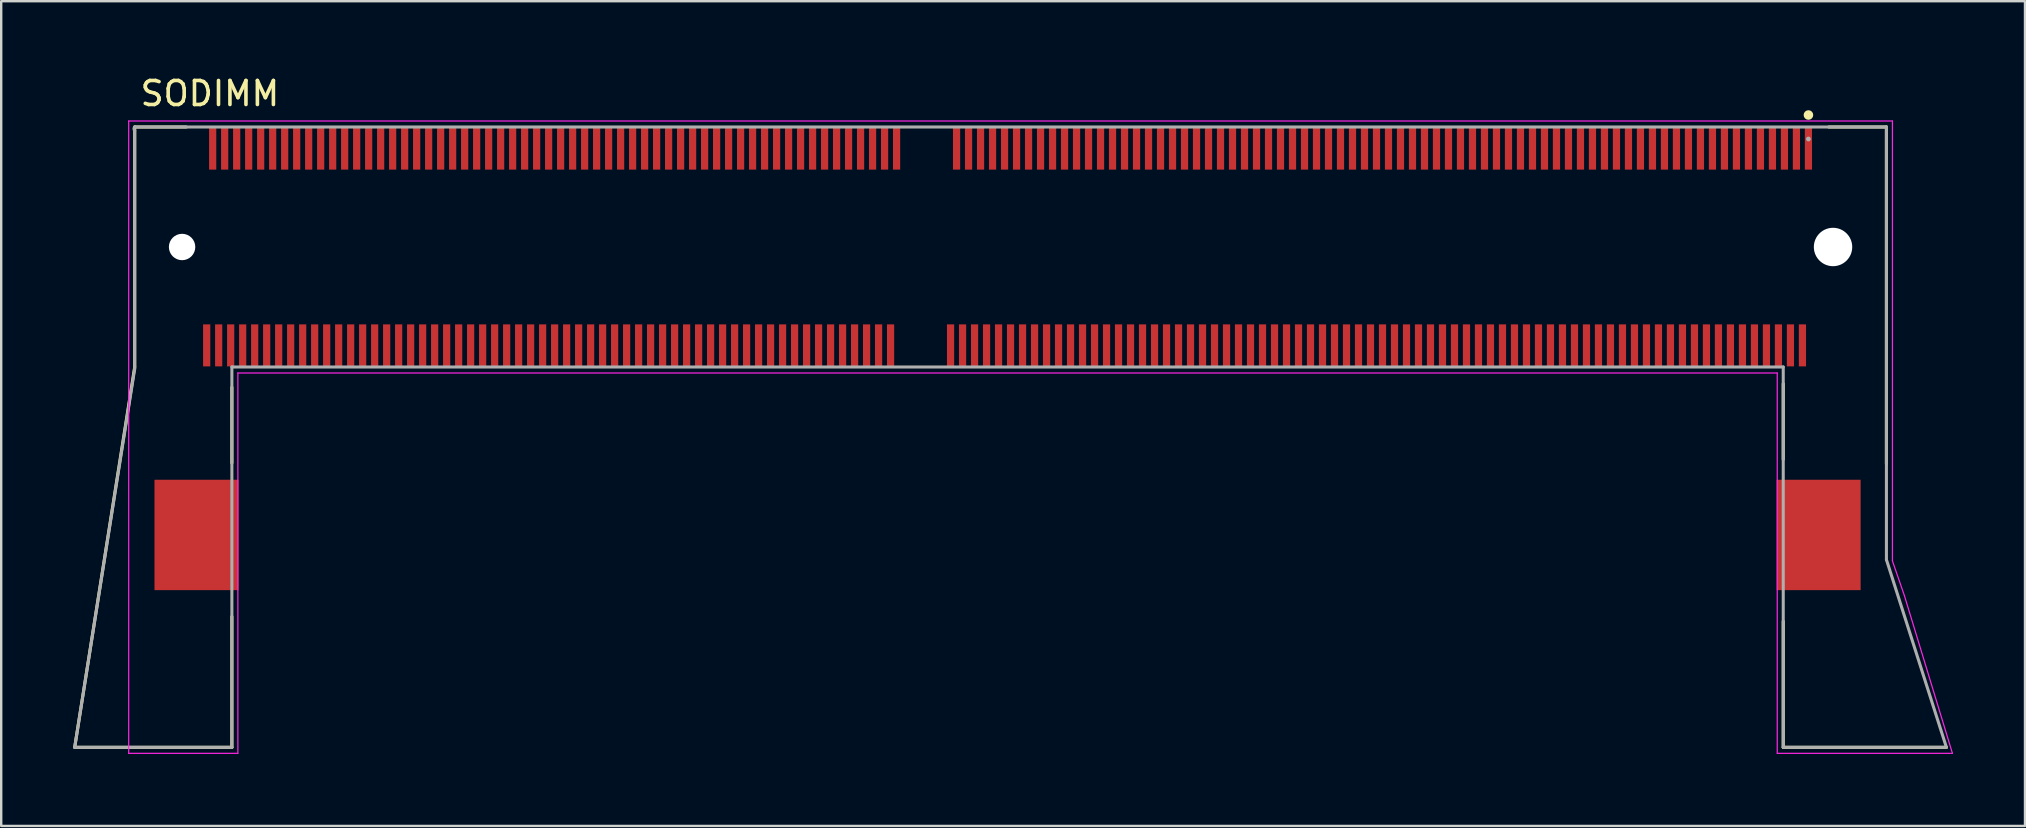
<source format=kicad_pcb>
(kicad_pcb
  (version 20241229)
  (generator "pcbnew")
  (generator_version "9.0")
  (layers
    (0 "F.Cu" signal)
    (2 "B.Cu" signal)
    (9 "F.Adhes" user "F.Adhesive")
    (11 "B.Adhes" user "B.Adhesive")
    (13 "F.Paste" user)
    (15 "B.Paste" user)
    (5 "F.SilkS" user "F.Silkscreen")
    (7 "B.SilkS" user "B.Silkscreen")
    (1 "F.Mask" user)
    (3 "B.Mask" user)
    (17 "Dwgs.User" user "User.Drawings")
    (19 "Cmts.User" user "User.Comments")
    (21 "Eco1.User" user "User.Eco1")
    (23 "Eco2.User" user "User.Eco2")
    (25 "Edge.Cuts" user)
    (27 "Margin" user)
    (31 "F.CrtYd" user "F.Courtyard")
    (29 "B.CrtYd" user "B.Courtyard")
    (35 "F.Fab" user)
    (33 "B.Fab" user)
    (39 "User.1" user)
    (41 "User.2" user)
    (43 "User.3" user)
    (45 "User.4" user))
  (footprint "SODIMM"
    (layer "F.Cu")
    (at 35.438 7.243)
    (property "Reference" "SODIMM" (at -29.74 -6.394 0) (layer "F.SilkS") (effects (font (size 1.001 1.001) (thickness 0.15))))
    (attr smd)
    (fp_line (start -35.375 20.85) (end -28.825 20.85) (stroke (width 0.127) (type solid)) (layer "F.SilkS"))
    (fp_line (start -32.875 -5) (end -32.875 5) (stroke (width 0.127) (type solid)) (layer "F.SilkS"))
    (fp_line (start -32.875 5) (end -35.375 20.85) (stroke (width 0.127) (type solid)) (layer "F.SilkS"))
    (fp_line (start -30.725 -5) (end -32.875 -5) (stroke (width 0.127) (type solid)) (layer "F.SilkS"))
    (fp_line (start -28.825 9) (end -28.825 5.85) (stroke (width 0.127) (type solid)) (layer "F.SilkS"))
    (fp_line (start -28.825 20.85) (end -28.825 15.402) (stroke (width 0.127) (type solid)) (layer "F.SilkS"))
    (fp_line (start 35.825 5.7) (end 35.825 8.85) (stroke (width 0.127) (type solid)) (layer "F.SilkS"))
    (fp_line (start 35.825 15.6) (end 35.825 20.85) (stroke (width 0.127) (type solid)) (layer "F.SilkS"))
    (fp_line (start 35.825 20.85) (end 42.625 20.85) (stroke (width 0.127) (type solid)) (layer "F.SilkS"))
    (fp_line (start 40.125 -5) (end 37.725 -5) (stroke (width 0.127) (type solid)) (layer "F.SilkS"))
    (fp_line (start 40.125 9.031) (end 40.125 -5) (stroke (width 0.127) (type solid)) (layer "F.SilkS"))
    (fp_circle (center 36.875 -5.5) (end 36.975 -5.5) (stroke (width 0.2) (type solid)) (fill no) (layer "F.SilkS"))
    (fp_line (start -33.125 -5.25) (end 40.375 -5.25) (stroke (width 0.05) (type solid)) (layer "F.CrtYd"))
    (fp_line (start -33.125 21.1) (end -33.125 -5.25) (stroke (width 0.05) (type solid)) (layer "F.CrtYd"))
    (fp_line (start -28.575 5.25) (end -28.575 21.1) (stroke (width 0.05) (type solid)) (layer "F.CrtYd"))
    (fp_line (start -28.575 21.1) (end -33.125 21.1) (stroke (width 0.05) (type solid)) (layer "F.CrtYd"))
    (fp_line (start 35.575 5.25) (end -28.575 5.25) (stroke (width 0.05) (type solid)) (layer "F.CrtYd"))
    (fp_line (start 35.575 21.1) (end 35.575 5.25) (stroke (width 0.05) (type solid)) (layer "F.CrtYd"))
    (fp_line (start 40.375 -5.25) (end 40.375 13.081) (stroke (width 0.05) (type solid)) (layer "F.CrtYd"))
    (fp_line (start 40.375 13.081) (end 40.875 14.531) (stroke (width 0.05) (type solid)) (layer "F.CrtYd"))
    (fp_line (start 40.875 14.531) (end 42.875 21.1) (stroke (width 0.05) (type solid)) (layer "F.CrtYd"))
    (fp_line (start 42.875 21.1) (end 35.575 21.1) (stroke (width 0.05) (type solid)) (layer "F.CrtYd"))
    (fp_line (start -35.375 20.85) (end -28.825 20.85) (stroke (width 0.127) (type solid)) (layer "F.Fab"))
    (fp_line (start -32.875 -4.855) (end -32.875 5.08) (stroke (width 0.127) (type solid)) (layer "F.Fab"))
    (fp_line (start -32.875 5.08) (end -35.375 20.85) (stroke (width 0.127) (type solid)) (layer "F.Fab"))
    (fp_line (start -28.825 5) (end 35.825 5) (stroke (width 0.127) (type solid)) (layer "F.Fab"))
    (fp_line (start -28.825 20.85) (end -28.825 5) (stroke (width 0.127) (type solid)) (layer "F.Fab"))
    (fp_line (start 35.825 5) (end 35.825 20.85) (stroke (width 0.127) (type solid)) (layer "F.Fab"))
    (fp_line (start 35.825 20.85) (end 42.625 20.85) (stroke (width 0.127) (type solid)) (layer "F.Fab"))
    (fp_line (start 40.125 -5) (end -32.875 -5) (stroke (width 0.127) (type solid)) (layer "F.Fab"))
    (fp_line (start 40.125 13.031) (end 40.125 -5) (stroke (width 0.127) (type solid)) (layer "F.Fab"))
    (fp_line (start 42.625 20.85) (end 40.125 13.031) (stroke (width 0.127) (type solid)) (layer "F.Fab"))
    (fp_arc (start -32.875 -4.855) (mid -32.90503 -4.9275) (end -32.875 -5) (stroke (width 0.127) (type solid)) (layer "F.Fab"))
    (fp_circle (center 36.875 -4.5) (end 36.925 -4.5) (stroke (width 0.1) (type solid)) (fill no) (layer "F.Fab"))
    (pad "" np_thru_hole circle (at -30.9 0) (size 1.1 1.1) (drill 1.1) (layers "*.Cu" "*.Mask"))
    (pad "" np_thru_hole circle (at 37.9 0) (size 1.6 1.6) (drill 1.6) (layers "*.Cu" "*.Mask"))
    (pad "1" smd rect (at 36.875 -4.1 90) (size 1.75 0.3) (layers "F.Cu" "F.Mask" "F.Paste"))
    (pad "2" smd rect (at 36.625 4.1 90) (size 1.75 0.3) (layers "F.Cu" "F.Mask" "F.Paste"))
    (pad "3" smd rect (at 36.375 -4.1 90) (size 1.75 0.3) (layers "F.Cu" "F.Mask" "F.Paste"))
    (pad "4" smd rect (at 36.125 4.1 90) (size 1.75 0.3) (layers "F.Cu" "F.Mask" "F.Paste"))
    (pad "5" smd rect (at 35.875 -4.1 90) (size 1.75 0.3) (layers "F.Cu" "F.Mask" "F.Paste"))
    (pad "6" smd rect (at 35.625 4.1 90) (size 1.75 0.3) (layers "F.Cu" "F.Mask" "F.Paste"))
    (pad "7" smd rect (at 35.375 -4.1 90) (size 1.75 0.3) (layers "F.Cu" "F.Mask" "F.Paste"))
    (pad "8" smd rect (at 35.125 4.1 90) (size 1.75 0.3) (layers "F.Cu" "F.Mask" "F.Paste"))
    (pad "9" smd rect (at 34.875 -4.1 90) (size 1.75 0.3) (layers "F.Cu" "F.Mask" "F.Paste"))
    (pad "10" smd rect (at 34.625 4.1 90) (size 1.75 0.3) (layers "F.Cu" "F.Mask" "F.Paste"))
    (pad "11" smd rect (at 34.375 -4.1 90) (size 1.75 0.3) (layers "F.Cu" "F.Mask" "F.Paste"))
    (pad "12" smd rect (at 34.125 4.1 90) (size 1.75 0.3) (layers "F.Cu" "F.Mask" "F.Paste"))
    (pad "13" smd rect (at 33.875 -4.1 90) (size 1.75 0.3) (layers "F.Cu" "F.Mask" "F.Paste"))
    (pad "14" smd rect (at 33.625 4.1 90) (size 1.75 0.3) (layers "F.Cu" "F.Mask" "F.Paste"))
    (pad "15" smd rect (at 33.375 -4.1 90) (size 1.75 0.3) (layers "F.Cu" "F.Mask" "F.Paste"))
    (pad "16" smd rect (at 33.125 4.1 90) (size 1.75 0.3) (layers "F.Cu" "F.Mask" "F.Paste"))
    (pad "17" smd rect (at 32.875 -4.1 90) (size 1.75 0.3) (layers "F.Cu" "F.Mask" "F.Paste"))
    (pad "18" smd rect (at 32.625 4.1 90) (size 1.75 0.3) (layers "F.Cu" "F.Mask" "F.Paste"))
    (pad "19" smd rect (at 32.375 -4.1 90) (size 1.75 0.3) (layers "F.Cu" "F.Mask" "F.Paste"))
    (pad "20" smd rect (at 32.125 4.1 90) (size 1.75 0.3) (layers "F.Cu" "F.Mask" "F.Paste"))
    (pad "21" smd rect (at 31.875 -4.1 90) (size 1.75 0.3) (layers "F.Cu" "F.Mask" "F.Paste"))
    (pad "22" smd rect (at 31.625 4.1 90) (size 1.75 0.3) (layers "F.Cu" "F.Mask" "F.Paste"))
    (pad "23" smd rect (at 31.375 -4.1 90) (size 1.75 0.3) (layers "F.Cu" "F.Mask" "F.Paste"))
    (pad "24" smd rect (at 31.125 4.1 90) (size 1.75 0.3) (layers "F.Cu" "F.Mask" "F.Paste"))
    (pad "25" smd rect (at 30.875 -4.1 90) (size 1.75 0.3) (layers "F.Cu" "F.Mask" "F.Paste"))
    (pad "26" smd rect (at 30.625 4.1 90) (size 1.75 0.3) (layers "F.Cu" "F.Mask" "F.Paste"))
    (pad "27" smd rect (at 30.375 -4.1 90) (size 1.75 0.3) (layers "F.Cu" "F.Mask" "F.Paste"))
    (pad "28" smd rect (at 30.125 4.1 90) (size 1.75 0.3) (layers "F.Cu" "F.Mask" "F.Paste"))
    (pad "29" smd rect (at 29.875 -4.1 90) (size 1.75 0.3) (layers "F.Cu" "F.Mask" "F.Paste"))
    (pad "30" smd rect (at 29.625 4.1 90) (size 1.75 0.3) (layers "F.Cu" "F.Mask" "F.Paste"))
    (pad "31" smd rect (at 29.375 -4.1 90) (size 1.75 0.3) (layers "F.Cu" "F.Mask" "F.Paste"))
    (pad "32" smd rect (at 29.125 4.1 90) (size 1.75 0.3) (layers "F.Cu" "F.Mask" "F.Paste"))
    (pad "33" smd rect (at 28.875 -4.1 90) (size 1.75 0.3) (layers "F.Cu" "F.Mask" "F.Paste"))
    (pad "34" smd rect (at 28.625 4.1 90) (size 1.75 0.3) (layers "F.Cu" "F.Mask" "F.Paste"))
    (pad "35" smd rect (at 28.375 -4.1 90) (size 1.75 0.3) (layers "F.Cu" "F.Mask" "F.Paste"))
    (pad "36" smd rect (at 28.125 4.1 90) (size 1.75 0.3) (layers "F.Cu" "F.Mask" "F.Paste"))
    (pad "37" smd rect (at 27.875 -4.1 90) (size 1.75 0.3) (layers "F.Cu" "F.Mask" "F.Paste"))
    (pad "38" smd rect (at 27.625 4.1 90) (size 1.75 0.3) (layers "F.Cu" "F.Mask" "F.Paste"))
    (pad "39" smd rect (at 27.375 -4.1 90) (size 1.75 0.3) (layers "F.Cu" "F.Mask" "F.Paste"))
    (pad "40" smd rect (at 27.125 4.1 90) (size 1.75 0.3) (layers "F.Cu" "F.Mask" "F.Paste"))
    (pad "41" smd rect (at 26.875 -4.1 90) (size 1.75 0.3) (layers "F.Cu" "F.Mask" "F.Paste"))
    (pad "42" smd rect (at 26.625 4.1 90) (size 1.75 0.3) (layers "F.Cu" "F.Mask" "F.Paste"))
    (pad "43" smd rect (at 26.375 -4.1 90) (size 1.75 0.3) (layers "F.Cu" "F.Mask" "F.Paste"))
    (pad "44" smd rect (at 26.125 4.1 90) (size 1.75 0.3) (layers "F.Cu" "F.Mask" "F.Paste"))
    (pad "45" smd rect (at 25.875 -4.1 90) (size 1.75 0.3) (layers "F.Cu" "F.Mask" "F.Paste"))
    (pad "46" smd rect (at 25.625 4.1 90) (size 1.75 0.3) (layers "F.Cu" "F.Mask" "F.Paste"))
    (pad "47" smd rect (at 25.375 -4.1 90) (size 1.75 0.3) (layers "F.Cu" "F.Mask" "F.Paste"))
    (pad "48" smd rect (at 25.125 4.1 90) (size 1.75 0.3) (layers "F.Cu" "F.Mask" "F.Paste"))
    (pad "49" smd rect (at 24.875 -4.1 90) (size 1.75 0.3) (layers "F.Cu" "F.Mask" "F.Paste"))
    (pad "50" smd rect (at 24.625 4.1 90) (size 1.75 0.3) (layers "F.Cu" "F.Mask" "F.Paste"))
    (pad "51" smd rect (at 24.375 -4.1 90) (size 1.75 0.3) (layers "F.Cu" "F.Mask" "F.Paste"))
    (pad "52" smd rect (at 24.125 4.1 90) (size 1.75 0.3) (layers "F.Cu" "F.Mask" "F.Paste"))
    (pad "53" smd rect (at 23.875 -4.1 90) (size 1.75 0.3) (layers "F.Cu" "F.Mask" "F.Paste"))
    (pad "54" smd rect (at 23.625 4.1 90) (size 1.75 0.3) (layers "F.Cu" "F.Mask" "F.Paste"))
    (pad "55" smd rect (at 23.375 -4.1 90) (size 1.75 0.3) (layers "F.Cu" "F.Mask" "F.Paste"))
    (pad "56" smd rect (at 23.125 4.1 90) (size 1.75 0.3) (layers "F.Cu" "F.Mask" "F.Paste"))
    (pad "57" smd rect (at 22.875 -4.1 90) (size 1.75 0.3) (layers "F.Cu" "F.Mask" "F.Paste"))
    (pad "58" smd rect (at 22.625 4.1 90) (size 1.75 0.3) (layers "F.Cu" "F.Mask" "F.Paste"))
    (pad "59" smd rect (at 22.375 -4.1 90) (size 1.75 0.3) (layers "F.Cu" "F.Mask" "F.Paste"))
    (pad "60" smd rect (at 22.125 4.1 90) (size 1.75 0.3) (layers "F.Cu" "F.Mask" "F.Paste"))
    (pad "61" smd rect (at 21.875 -4.1 90) (size 1.75 0.3) (layers "F.Cu" "F.Mask" "F.Paste"))
    (pad "62" smd rect (at 21.625 4.1 90) (size 1.75 0.3) (layers "F.Cu" "F.Mask" "F.Paste"))
    (pad "63" smd rect (at 21.375 -4.1 90) (size 1.75 0.3) (layers "F.Cu" "F.Mask" "F.Paste"))
    (pad "64" smd rect (at 21.125 4.1 90) (size 1.75 0.3) (layers "F.Cu" "F.Mask" "F.Paste"))
    (pad "65" smd rect (at 20.875 -4.1 90) (size 1.75 0.3) (layers "F.Cu" "F.Mask" "F.Paste"))
    (pad "66" smd rect (at 20.625 4.1 90) (size 1.75 0.3) (layers "F.Cu" "F.Mask" "F.Paste"))
    (pad "67" smd rect (at 20.375 -4.1 90) (size 1.75 0.3) (layers "F.Cu" "F.Mask" "F.Paste"))
    (pad "68" smd rect (at 20.125 4.1 90) (size 1.75 0.3) (layers "F.Cu" "F.Mask" "F.Paste"))
    (pad "69" smd rect (at 19.875 -4.1 90) (size 1.75 0.3) (layers "F.Cu" "F.Mask" "F.Paste"))
    (pad "70" smd rect (at 19.625 4.1 90) (size 1.75 0.3) (layers "F.Cu" "F.Mask" "F.Paste"))
    (pad "71" smd rect (at 19.375 -4.1 90) (size 1.75 0.3) (layers "F.Cu" "F.Mask" "F.Paste"))
    (pad "72" smd rect (at 19.125 4.1 90) (size 1.75 0.3) (layers "F.Cu" "F.Mask" "F.Paste"))
    (pad "73" smd rect (at 18.875 -4.1 90) (size 1.75 0.3) (layers "F.Cu" "F.Mask" "F.Paste"))
    (pad "74" smd rect (at 18.625 4.1 90) (size 1.75 0.3) (layers "F.Cu" "F.Mask" "F.Paste"))
    (pad "75" smd rect (at 18.375 -4.1 90) (size 1.75 0.3) (layers "F.Cu" "F.Mask" "F.Paste"))
    (pad "76" smd rect (at 18.125 4.1 90) (size 1.75 0.3) (layers "F.Cu" "F.Mask" "F.Paste"))
    (pad "77" smd rect (at 17.875 -4.1 90) (size 1.75 0.3) (layers "F.Cu" "F.Mask" "F.Paste"))
    (pad "78" smd rect (at 17.625 4.1 90) (size 1.75 0.3) (layers "F.Cu" "F.Mask" "F.Paste"))
    (pad "79" smd rect (at 17.375 -4.1 90) (size 1.75 0.3) (layers "F.Cu" "F.Mask" "F.Paste"))
    (pad "80" smd rect (at 17.125 4.1 90) (size 1.75 0.3) (layers "F.Cu" "F.Mask" "F.Paste"))
    (pad "81" smd rect (at 16.875 -4.1 90) (size 1.75 0.3) (layers "F.Cu" "F.Mask" "F.Paste"))
    (pad "82" smd rect (at 16.625 4.1 90) (size 1.75 0.3) (layers "F.Cu" "F.Mask" "F.Paste"))
    (pad "83" smd rect (at 16.375 -4.1 90) (size 1.75 0.3) (layers "F.Cu" "F.Mask" "F.Paste"))
    (pad "84" smd rect (at 16.125 4.1 90) (size 1.75 0.3) (layers "F.Cu" "F.Mask" "F.Paste"))
    (pad "85" smd rect (at 15.875 -4.1 90) (size 1.75 0.3) (layers "F.Cu" "F.Mask" "F.Paste"))
    (pad "86" smd rect (at 15.625 4.1 90) (size 1.75 0.3) (layers "F.Cu" "F.Mask" "F.Paste"))
    (pad "87" smd rect (at 15.375 -4.1 90) (size 1.75 0.3) (layers "F.Cu" "F.Mask" "F.Paste"))
    (pad "88" smd rect (at 15.125 4.1 90) (size 1.75 0.3) (layers "F.Cu" "F.Mask" "F.Paste"))
    (pad "89" smd rect (at 14.875 -4.1 90) (size 1.75 0.3) (layers "F.Cu" "F.Mask" "F.Paste"))
    (pad "90" smd rect (at 14.625 4.1 90) (size 1.75 0.3) (layers "F.Cu" "F.Mask" "F.Paste"))
    (pad "91" smd rect (at 14.375 -4.1 90) (size 1.75 0.3) (layers "F.Cu" "F.Mask" "F.Paste"))
    (pad "92" smd rect (at 14.125 4.1 90) (size 1.75 0.3) (layers "F.Cu" "F.Mask" "F.Paste"))
    (pad "93" smd rect (at 13.875 -4.1 90) (size 1.75 0.3) (layers "F.Cu" "F.Mask" "F.Paste"))
    (pad "94" smd rect (at 13.625 4.1 90) (size 1.75 0.3) (layers "F.Cu" "F.Mask" "F.Paste"))
    (pad "95" smd rect (at 13.375 -4.1 90) (size 1.75 0.3) (layers "F.Cu" "F.Mask" "F.Paste"))
    (pad "96" smd rect (at 13.125 4.1 90) (size 1.75 0.3) (layers "F.Cu" "F.Mask" "F.Paste"))
    (pad "97" smd rect (at 12.875 -4.1 90) (size 1.75 0.3) (layers "F.Cu" "F.Mask" "F.Paste"))
    (pad "98" smd rect (at 12.625 4.1 90) (size 1.75 0.3) (layers "F.Cu" "F.Mask" "F.Paste"))
    (pad "99" smd rect (at 12.375 -4.1 90) (size 1.75 0.3) (layers "F.Cu" "F.Mask" "F.Paste"))
    (pad "100" smd rect (at 12.125 4.1 90) (size 1.75 0.3) (layers "F.Cu" "F.Mask" "F.Paste"))
    (pad "101" smd rect (at 11.875 -4.1 90) (size 1.75 0.3) (layers "F.Cu" "F.Mask" "F.Paste"))
    (pad "102" smd rect (at 11.625 4.1 90) (size 1.75 0.3) (layers "F.Cu" "F.Mask" "F.Paste"))
    (pad "103" smd rect (at 11.375 -4.1 90) (size 1.75 0.3) (layers "F.Cu" "F.Mask" "F.Paste"))
    (pad "104" smd rect (at 11.125 4.1 90) (size 1.75 0.3) (layers "F.Cu" "F.Mask" "F.Paste"))
    (pad "105" smd rect (at 10.875 -4.1 90) (size 1.75 0.3) (layers "F.Cu" "F.Mask" "F.Paste"))
    (pad "106" smd rect (at 10.625 4.1 90) (size 1.75 0.3) (layers "F.Cu" "F.Mask" "F.Paste"))
    (pad "107" smd rect (at 10.375 -4.1 90) (size 1.75 0.3) (layers "F.Cu" "F.Mask" "F.Paste"))
    (pad "108" smd rect (at 10.125 4.1 90) (size 1.75 0.3) (layers "F.Cu" "F.Mask" "F.Paste"))
    (pad "109" smd rect (at 9.875 -4.1 90) (size 1.75 0.3) (layers "F.Cu" "F.Mask" "F.Paste"))
    (pad "110" smd rect (at 9.625 4.1 90) (size 1.75 0.3) (layers "F.Cu" "F.Mask" "F.Paste"))
    (pad "111" smd rect (at 9.375 -4.1 90) (size 1.75 0.3) (layers "F.Cu" "F.Mask" "F.Paste"))
    (pad "112" smd rect (at 9.125 4.1 90) (size 1.75 0.3) (layers "F.Cu" "F.Mask" "F.Paste"))
    (pad "113" smd rect (at 8.875 -4.1 90) (size 1.75 0.3) (layers "F.Cu" "F.Mask" "F.Paste"))
    (pad "114" smd rect (at 8.625 4.1 90) (size 1.75 0.3) (layers "F.Cu" "F.Mask" "F.Paste"))
    (pad "115" smd rect (at 8.375 -4.1 90) (size 1.75 0.3) (layers "F.Cu" "F.Mask" "F.Paste"))
    (pad "116" smd rect (at 8.125 4.1 90) (size 1.75 0.3) (layers "F.Cu" "F.Mask" "F.Paste"))
    (pad "117" smd rect (at 7.875 -4.1 90) (size 1.75 0.3) (layers "F.Cu" "F.Mask" "F.Paste"))
    (pad "118" smd rect (at 7.625 4.1 90) (size 1.75 0.3) (layers "F.Cu" "F.Mask" "F.Paste"))
    (pad "119" smd rect (at 7.375 -4.1 90) (size 1.75 0.3) (layers "F.Cu" "F.Mask" "F.Paste"))
    (pad "120" smd rect (at 7.125 4.1 90) (size 1.75 0.3) (layers "F.Cu" "F.Mask" "F.Paste"))
    (pad "121" smd rect (at 6.875 -4.1 90) (size 1.75 0.3) (layers "F.Cu" "F.Mask" "F.Paste"))
    (pad "122" smd rect (at 6.625 4.1 90) (size 1.75 0.3) (layers "F.Cu" "F.Mask" "F.Paste"))
    (pad "123" smd rect (at 6.375 -4.1 90) (size 1.75 0.3) (layers "F.Cu" "F.Mask" "F.Paste"))
    (pad "124" smd rect (at 6.125 4.1 90) (size 1.75 0.3) (layers "F.Cu" "F.Mask" "F.Paste"))
    (pad "125" smd rect (at 5.875 -4.1 90) (size 1.75 0.3) (layers "F.Cu" "F.Mask" "F.Paste"))
    (pad "126" smd rect (at 5.625 4.1 90) (size 1.75 0.3) (layers "F.Cu" "F.Mask" "F.Paste"))
    (pad "127" smd rect (at 5.375 -4.1 90) (size 1.75 0.3) (layers "F.Cu" "F.Mask" "F.Paste"))
    (pad "128" smd rect (at 5.125 4.1 90) (size 1.75 0.3) (layers "F.Cu" "F.Mask" "F.Paste"))
    (pad "129" smd rect (at 4.875 -4.1 90) (size 1.75 0.3) (layers "F.Cu" "F.Mask" "F.Paste"))
    (pad "130" smd rect (at 4.625 4.1 90) (size 1.75 0.3) (layers "F.Cu" "F.Mask" "F.Paste"))
    (pad "131" smd rect (at 4.375 -4.1 90) (size 1.75 0.3) (layers "F.Cu" "F.Mask" "F.Paste"))
    (pad "132" smd rect (at 4.125 4.1 90) (size 1.75 0.3) (layers "F.Cu" "F.Mask" "F.Paste"))
    (pad "133" smd rect (at 3.875 -4.1 90) (size 1.75 0.3) (layers "F.Cu" "F.Mask" "F.Paste"))
    (pad "134" smd rect (at 3.625 4.1 90) (size 1.75 0.3) (layers "F.Cu" "F.Mask" "F.Paste"))
    (pad "135" smd rect (at 3.375 -4.1 90) (size 1.75 0.3) (layers "F.Cu" "F.Mask" "F.Paste"))
    (pad "136" smd rect (at 3.125 4.1 90) (size 1.75 0.3) (layers "F.Cu" "F.Mask" "F.Paste"))
    (pad "137" smd rect (at 2.875 -4.1 90) (size 1.75 0.3) (layers "F.Cu" "F.Mask" "F.Paste"))
    (pad "138" smd rect (at 2.625 4.1 90) (size 1.75 0.3) (layers "F.Cu" "F.Mask" "F.Paste"))
    (pad "139" smd rect (at 2.375 -4.1 90) (size 1.75 0.3) (layers "F.Cu" "F.Mask" "F.Paste"))
    (pad "140" smd rect (at 2.125 4.1 90) (size 1.75 0.3) (layers "F.Cu" "F.Mask" "F.Paste"))
    (pad "141" smd rect (at 1.875 -4.1 90) (size 1.75 0.3) (layers "F.Cu" "F.Mask" "F.Paste"))
    (pad "142" smd rect (at 1.625 4.1 90) (size 1.75 0.3) (layers "F.Cu" "F.Mask" "F.Paste"))
    (pad "143" smd rect (at 1.375 -4.1 90) (size 1.75 0.3) (layers "F.Cu" "F.Mask" "F.Paste"))
    (pad "144" smd rect (at 1.125 4.1 90) (size 1.75 0.3) (layers "F.Cu" "F.Mask" "F.Paste"))
    (pad "145" smd rect (at -1.125 -4.1 90) (size 1.75 0.3) (layers "F.Cu" "F.Mask" "F.Paste"))
    (pad "146" smd rect (at -1.375 4.1 90) (size 1.75 0.3) (layers "F.Cu" "F.Mask" "F.Paste"))
    (pad "147" smd rect (at -1.625 -4.1 90) (size 1.75 0.3) (layers "F.Cu" "F.Mask" "F.Paste"))
    (pad "148" smd rect (at -1.875 4.1 90) (size 1.75 0.3) (layers "F.Cu" "F.Mask" "F.Paste"))
    (pad "149" smd rect (at -2.125 -4.1 90) (size 1.75 0.3) (layers "F.Cu" "F.Mask" "F.Paste"))
    (pad "150" smd rect (at -2.375 4.1 90) (size 1.75 0.3) (layers "F.Cu" "F.Mask" "F.Paste"))
    (pad "151" smd rect (at -2.625 -4.1 90) (size 1.75 0.3) (layers "F.Cu" "F.Mask" "F.Paste"))
    (pad "152" smd rect (at -2.875 4.1 90) (size 1.75 0.3) (layers "F.Cu" "F.Mask" "F.Paste"))
    (pad "153" smd rect (at -3.125 -4.1 90) (size 1.75 0.3) (layers "F.Cu" "F.Mask" "F.Paste"))
    (pad "154" smd rect (at -3.375 4.1 90) (size 1.75 0.3) (layers "F.Cu" "F.Mask" "F.Paste"))
    (pad "155" smd rect (at -3.625 -4.1 90) (size 1.75 0.3) (layers "F.Cu" "F.Mask" "F.Paste"))
    (pad "156" smd rect (at -3.875 4.1 90) (size 1.75 0.3) (layers "F.Cu" "F.Mask" "F.Paste"))
    (pad "157" smd rect (at -4.125 -4.1 90) (size 1.75 0.3) (layers "F.Cu" "F.Mask" "F.Paste"))
    (pad "158" smd rect (at -4.375 4.1 90) (size 1.75 0.3) (layers "F.Cu" "F.Mask" "F.Paste"))
    (pad "159" smd rect (at -4.625 -4.1 90) (size 1.75 0.3) (layers "F.Cu" "F.Mask" "F.Paste"))
    (pad "160" smd rect (at -4.875 4.1 90) (size 1.75 0.3) (layers "F.Cu" "F.Mask" "F.Paste"))
    (pad "161" smd rect (at -5.125 -4.1 90) (size 1.75 0.3) (layers "F.Cu" "F.Mask" "F.Paste"))
    (pad "162" smd rect (at -5.375 4.1 90) (size 1.75 0.3) (layers "F.Cu" "F.Mask" "F.Paste"))
    (pad "163" smd rect (at -5.625 -4.1 90) (size 1.75 0.3) (layers "F.Cu" "F.Mask" "F.Paste"))
    (pad "164" smd rect (at -5.875 4.1 90) (size 1.75 0.3) (layers "F.Cu" "F.Mask" "F.Paste"))
    (pad "165" smd rect (at -6.125 -4.1 90) (size 1.75 0.3) (layers "F.Cu" "F.Mask" "F.Paste"))
    (pad "166" smd rect (at -6.375 4.1 90) (size 1.75 0.3) (layers "F.Cu" "F.Mask" "F.Paste"))
    (pad "167" smd rect (at -6.625 -4.1 90) (size 1.75 0.3) (layers "F.Cu" "F.Mask" "F.Paste"))
    (pad "168" smd rect (at -6.875 4.1 90) (size 1.75 0.3) (layers "F.Cu" "F.Mask" "F.Paste"))
    (pad "169" smd rect (at -7.125 -4.1 90) (size 1.75 0.3) (layers "F.Cu" "F.Mask" "F.Paste"))
    (pad "170" smd rect (at -7.375 4.1 90) (size 1.75 0.3) (layers "F.Cu" "F.Mask" "F.Paste"))
    (pad "171" smd rect (at -7.625 -4.1 90) (size 1.75 0.3) (layers "F.Cu" "F.Mask" "F.Paste"))
    (pad "172" smd rect (at -7.875 4.1 90) (size 1.75 0.3) (layers "F.Cu" "F.Mask" "F.Paste"))
    (pad "173" smd rect (at -8.125 -4.1 90) (size 1.75 0.3) (layers "F.Cu" "F.Mask" "F.Paste"))
    (pad "174" smd rect (at -8.375 4.1 90) (size 1.75 0.3) (layers "F.Cu" "F.Mask" "F.Paste"))
    (pad "175" smd rect (at -8.625 -4.1 90) (size 1.75 0.3) (layers "F.Cu" "F.Mask" "F.Paste"))
    (pad "176" smd rect (at -8.875 4.1 90) (size 1.75 0.3) (layers "F.Cu" "F.Mask" "F.Paste"))
    (pad "177" smd rect (at -9.125 -4.1 90) (size 1.75 0.3) (layers "F.Cu" "F.Mask" "F.Paste"))
    (pad "178" smd rect (at -9.375 4.1 90) (size 1.75 0.3) (layers "F.Cu" "F.Mask" "F.Paste"))
    (pad "179" smd rect (at -9.625 -4.1 90) (size 1.75 0.3) (layers "F.Cu" "F.Mask" "F.Paste"))
    (pad "180" smd rect (at -9.875 4.1 90) (size 1.75 0.3) (layers "F.Cu" "F.Mask" "F.Paste"))
    (pad "181" smd rect (at -10.125 -4.1 90) (size 1.75 0.3) (layers "F.Cu" "F.Mask" "F.Paste"))
    (pad "182" smd rect (at -10.375 4.1 90) (size 1.75 0.3) (layers "F.Cu" "F.Mask" "F.Paste"))
    (pad "183" smd rect (at -10.625 -4.1 90) (size 1.75 0.3) (layers "F.Cu" "F.Mask" "F.Paste"))
    (pad "184" smd rect (at -10.875 4.1 90) (size 1.75 0.3) (layers "F.Cu" "F.Mask" "F.Paste"))
    (pad "185" smd rect (at -11.125 -4.1 90) (size 1.75 0.3) (layers "F.Cu" "F.Mask" "F.Paste"))
    (pad "186" smd rect (at -11.375 4.1 90) (size 1.75 0.3) (layers "F.Cu" "F.Mask" "F.Paste"))
    (pad "187" smd rect (at -11.625 -4.1 90) (size 1.75 0.3) (layers "F.Cu" "F.Mask" "F.Paste"))
    (pad "188" smd rect (at -11.875 4.1 90) (size 1.75 0.3) (layers "F.Cu" "F.Mask" "F.Paste"))
    (pad "189" smd rect (at -12.125 -4.1 90) (size 1.75 0.3) (layers "F.Cu" "F.Mask" "F.Paste"))
    (pad "190" smd rect (at -12.375 4.1 90) (size 1.75 0.3) (layers "F.Cu" "F.Mask" "F.Paste"))
    (pad "191" smd rect (at -12.625 -4.1 90) (size 1.75 0.3) (layers "F.Cu" "F.Mask" "F.Paste"))
    (pad "192" smd rect (at -12.875 4.1 90) (size 1.75 0.3) (layers "F.Cu" "F.Mask" "F.Paste"))
    (pad "193" smd rect (at -13.125 -4.1 90) (size 1.75 0.3) (layers "F.Cu" "F.Mask" "F.Paste"))
    (pad "194" smd rect (at -13.375 4.1 90) (size 1.75 0.3) (layers "F.Cu" "F.Mask" "F.Paste"))
    (pad "195" smd rect (at -13.625 -4.1 90) (size 1.75 0.3) (layers "F.Cu" "F.Mask" "F.Paste"))
    (pad "196" smd rect (at -13.875 4.1 90) (size 1.75 0.3) (layers "F.Cu" "F.Mask" "F.Paste"))
    (pad "197" smd rect (at -14.125 -4.1 90) (size 1.75 0.3) (layers "F.Cu" "F.Mask" "F.Paste"))
    (pad "198" smd rect (at -14.375 4.1 90) (size 1.75 0.3) (layers "F.Cu" "F.Mask" "F.Paste"))
    (pad "199" smd rect (at -14.625 -4.1 90) (size 1.75 0.3) (layers "F.Cu" "F.Mask" "F.Paste"))
    (pad "200" smd rect (at -14.875 4.1 90) (size 1.75 0.3) (layers "F.Cu" "F.Mask" "F.Paste"))
    (pad "201" smd rect (at -15.125 -4.1 90) (size 1.75 0.3) (layers "F.Cu" "F.Mask" "F.Paste"))
    (pad "202" smd rect (at -15.375 4.1 90) (size 1.75 0.3) (layers "F.Cu" "F.Mask" "F.Paste"))
    (pad "203" smd rect (at -15.625 -4.1 90) (size 1.75 0.3) (layers "F.Cu" "F.Mask" "F.Paste"))
    (pad "204" smd rect (at -15.875 4.1 90) (size 1.75 0.3) (layers "F.Cu" "F.Mask" "F.Paste"))
    (pad "205" smd rect (at -16.125 -4.1 90) (size 1.75 0.3) (layers "F.Cu" "F.Mask" "F.Paste"))
    (pad "206" smd rect (at -16.375 4.1 90) (size 1.75 0.3) (layers "F.Cu" "F.Mask" "F.Paste"))
    (pad "207" smd rect (at -16.625 -4.1 90) (size 1.75 0.3) (layers "F.Cu" "F.Mask" "F.Paste"))
    (pad "208" smd rect (at -16.875 4.1 90) (size 1.75 0.3) (layers "F.Cu" "F.Mask" "F.Paste"))
    (pad "209" smd rect (at -17.125 -4.1 90) (size 1.75 0.3) (layers "F.Cu" "F.Mask" "F.Paste"))
    (pad "210" smd rect (at -17.375 4.1 90) (size 1.75 0.3) (layers "F.Cu" "F.Mask" "F.Paste"))
    (pad "211" smd rect (at -17.625 -4.1 90) (size 1.75 0.3) (layers "F.Cu" "F.Mask" "F.Paste"))
    (pad "212" smd rect (at -17.875 4.1 90) (size 1.75 0.3) (layers "F.Cu" "F.Mask" "F.Paste"))
    (pad "213" smd rect (at -18.125 -4.1 90) (size 1.75 0.3) (layers "F.Cu" "F.Mask" "F.Paste"))
    (pad "214" smd rect (at -18.375 4.1 90) (size 1.75 0.3) (layers "F.Cu" "F.Mask" "F.Paste"))
    (pad "215" smd rect (at -18.625 -4.1 90) (size 1.75 0.3) (layers "F.Cu" "F.Mask" "F.Paste"))
    (pad "216" smd rect (at -18.875 4.1 90) (size 1.75 0.3) (layers "F.Cu" "F.Mask" "F.Paste"))
    (pad "217" smd rect (at -19.125 -4.1 90) (size 1.75 0.3) (layers "F.Cu" "F.Mask" "F.Paste"))
    (pad "218" smd rect (at -19.375 4.1 90) (size 1.75 0.3) (layers "F.Cu" "F.Mask" "F.Paste"))
    (pad "219" smd rect (at -19.625 -4.1 90) (size 1.75 0.3) (layers "F.Cu" "F.Mask" "F.Paste"))
    (pad "220" smd rect (at -19.875 4.1 90) (size 1.75 0.3) (layers "F.Cu" "F.Mask" "F.Paste"))
    (pad "221" smd rect (at -20.125 -4.1 90) (size 1.75 0.3) (layers "F.Cu" "F.Mask" "F.Paste"))
    (pad "222" smd rect (at -20.375 4.1 90) (size 1.75 0.3) (layers "F.Cu" "F.Mask" "F.Paste"))
    (pad "223" smd rect (at -20.625 -4.1 90) (size 1.75 0.3) (layers "F.Cu" "F.Mask" "F.Paste"))
    (pad "224" smd rect (at -20.875 4.1 90) (size 1.75 0.3) (layers "F.Cu" "F.Mask" "F.Paste"))
    (pad "225" smd rect (at -21.125 -4.1 90) (size 1.75 0.3) (layers "F.Cu" "F.Mask" "F.Paste"))
    (pad "226" smd rect (at -21.375 4.1 90) (size 1.75 0.3) (layers "F.Cu" "F.Mask" "F.Paste"))
    (pad "227" smd rect (at -21.625 -4.1 90) (size 1.75 0.3) (layers "F.Cu" "F.Mask" "F.Paste"))
    (pad "228" smd rect (at -21.875 4.1 90) (size 1.75 0.3) (layers "F.Cu" "F.Mask" "F.Paste"))
    (pad "229" smd rect (at -22.125 -4.1 90) (size 1.75 0.3) (layers "F.Cu" "F.Mask" "F.Paste"))
    (pad "230" smd rect (at -22.375 4.1 90) (size 1.75 0.3) (layers "F.Cu" "F.Mask" "F.Paste"))
    (pad "231" smd rect (at -22.625 -4.1 90) (size 1.75 0.3) (layers "F.Cu" "F.Mask" "F.Paste"))
    (pad "232" smd rect (at -22.875 4.1 90) (size 1.75 0.3) (layers "F.Cu" "F.Mask" "F.Paste"))
    (pad "233" smd rect (at -23.125 -4.1 90) (size 1.75 0.3) (layers "F.Cu" "F.Mask" "F.Paste"))
    (pad "234" smd rect (at -23.375 4.1 90) (size 1.75 0.3) (layers "F.Cu" "F.Mask" "F.Paste"))
    (pad "235" smd rect (at -23.625 -4.1 90) (size 1.75 0.3) (layers "F.Cu" "F.Mask" "F.Paste"))
    (pad "236" smd rect (at -23.875 4.1 90) (size 1.75 0.3) (layers "F.Cu" "F.Mask" "F.Paste"))
    (pad "237" smd rect (at -24.125 -4.1 90) (size 1.75 0.3) (layers "F.Cu" "F.Mask" "F.Paste"))
    (pad "238" smd rect (at -24.375 4.1 90) (size 1.75 0.3) (layers "F.Cu" "F.Mask" "F.Paste"))
    (pad "239" smd rect (at -24.625 -4.1 90) (size 1.75 0.3) (layers "F.Cu" "F.Mask" "F.Paste"))
    (pad "240" smd rect (at -24.875 4.1 90) (size 1.75 0.3) (layers "F.Cu" "F.Mask" "F.Paste"))
    (pad "241" smd rect (at -25.125 -4.1 90) (size 1.75 0.3) (layers "F.Cu" "F.Mask" "F.Paste"))
    (pad "242" smd rect (at -25.375 4.1 90) (size 1.75 0.3) (layers "F.Cu" "F.Mask" "F.Paste"))
    (pad "243" smd rect (at -25.625 -4.1 90) (size 1.75 0.3) (layers "F.Cu" "F.Mask" "F.Paste"))
    (pad "244" smd rect (at -25.875 4.1 90) (size 1.75 0.3) (layers "F.Cu" "F.Mask" "F.Paste"))
    (pad "245" smd rect (at -26.125 -4.1 90) (size 1.75 0.3) (layers "F.Cu" "F.Mask" "F.Paste"))
    (pad "246" smd rect (at -26.375 4.1 90) (size 1.75 0.3) (layers "F.Cu" "F.Mask" "F.Paste"))
    (pad "247" smd rect (at -26.625 -4.1 90) (size 1.75 0.3) (layers "F.Cu" "F.Mask" "F.Paste"))
    (pad "248" smd rect (at -26.875 4.1 90) (size 1.75 0.3) (layers "F.Cu" "F.Mask" "F.Paste"))
    (pad "249" smd rect (at -27.125 -4.1 90) (size 1.75 0.3) (layers "F.Cu" "F.Mask" "F.Paste"))
    (pad "250" smd rect (at -27.375 4.1 90) (size 1.75 0.3) (layers "F.Cu" "F.Mask" "F.Paste"))
    (pad "251" smd rect (at -27.625 -4.1 90) (size 1.75 0.3) (layers "F.Cu" "F.Mask" "F.Paste"))
    (pad "252" smd rect (at -27.875 4.1 90) (size 1.75 0.3) (layers "F.Cu" "F.Mask" "F.Paste"))
    (pad "253" smd rect (at -28.125 -4.1 90) (size 1.75 0.3) (layers "F.Cu" "F.Mask" "F.Paste"))
    (pad "254" smd rect (at -28.375 4.1 90) (size 1.75 0.3) (layers "F.Cu" "F.Mask" "F.Paste"))
    (pad "255" smd rect (at -28.625 -4.1 90) (size 1.75 0.3) (layers "F.Cu" "F.Mask" "F.Paste"))
    (pad "256" smd rect (at -28.875 4.1 90) (size 1.75 0.3) (layers "F.Cu" "F.Mask" "F.Paste"))
    (pad "257" smd rect (at -29.125 -4.1 90) (size 1.75 0.3) (layers "F.Cu" "F.Mask" "F.Paste"))
    (pad "258" smd rect (at -29.375 4.1 90) (size 1.75 0.3) (layers "F.Cu" "F.Mask" "F.Paste"))
    (pad "259" smd rect (at -29.625 -4.1 90) (size 1.75 0.3) (layers "F.Cu" "F.Mask" "F.Paste"))
    (pad "260" smd rect (at -29.875 4.1 90) (size 1.75 0.3) (layers "F.Cu" "F.Mask" "F.Paste"))
    (pad "SH1" smd rect (at 37.3 12 180) (size 3.5 4.6) (layers "F.Cu" "F.Mask" "F.Paste"))
    (pad "SH2" smd rect (at -30.3 12 180) (size 3.5 4.6) (layers "F.Cu" "F.Mask" "F.Paste")))
  (gr_rect
    (start -3 -3)
    (end 81.338 31.368)
    (stroke (width 0.1) (type default))
    (fill no)
    (layer "Edge.Cuts")))
</source>
